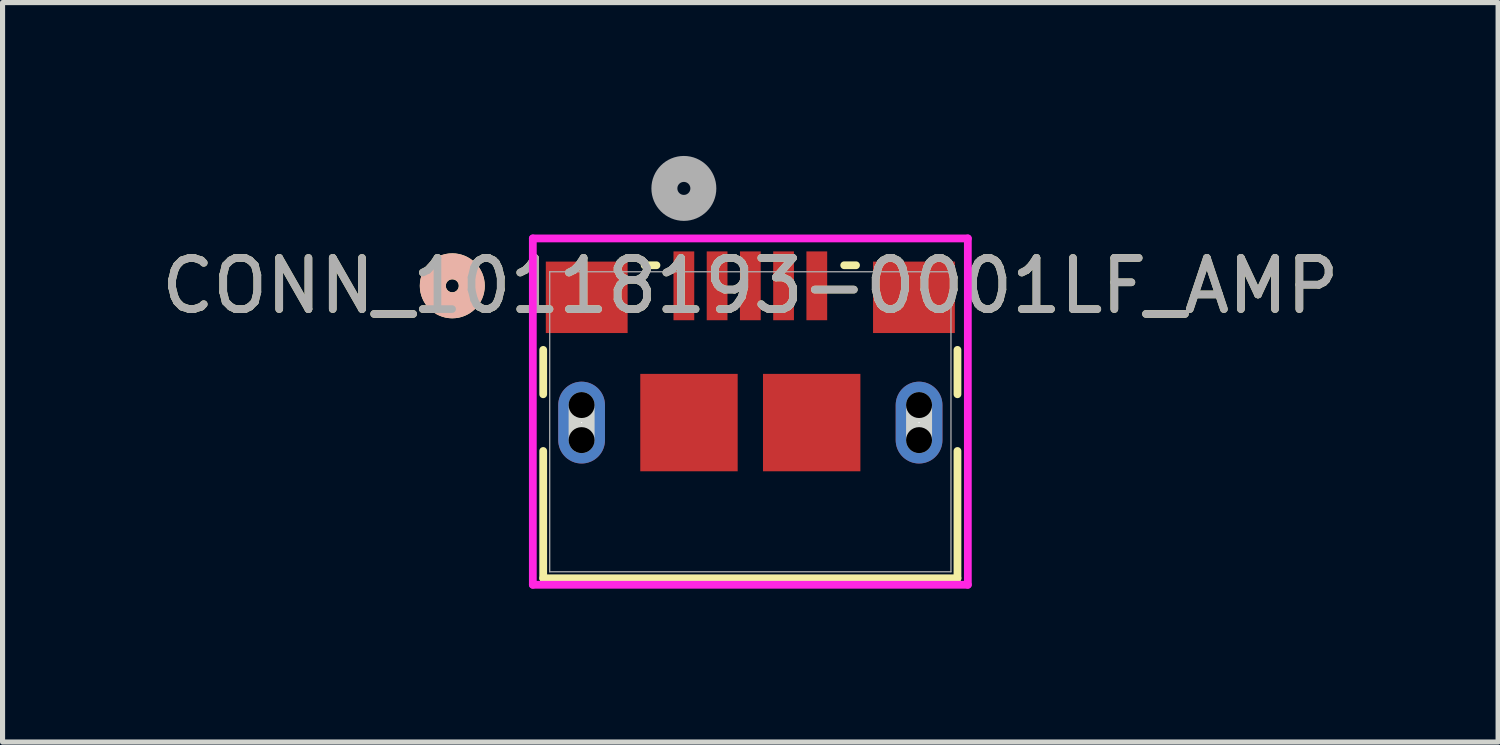
<source format=kicad_pcb>
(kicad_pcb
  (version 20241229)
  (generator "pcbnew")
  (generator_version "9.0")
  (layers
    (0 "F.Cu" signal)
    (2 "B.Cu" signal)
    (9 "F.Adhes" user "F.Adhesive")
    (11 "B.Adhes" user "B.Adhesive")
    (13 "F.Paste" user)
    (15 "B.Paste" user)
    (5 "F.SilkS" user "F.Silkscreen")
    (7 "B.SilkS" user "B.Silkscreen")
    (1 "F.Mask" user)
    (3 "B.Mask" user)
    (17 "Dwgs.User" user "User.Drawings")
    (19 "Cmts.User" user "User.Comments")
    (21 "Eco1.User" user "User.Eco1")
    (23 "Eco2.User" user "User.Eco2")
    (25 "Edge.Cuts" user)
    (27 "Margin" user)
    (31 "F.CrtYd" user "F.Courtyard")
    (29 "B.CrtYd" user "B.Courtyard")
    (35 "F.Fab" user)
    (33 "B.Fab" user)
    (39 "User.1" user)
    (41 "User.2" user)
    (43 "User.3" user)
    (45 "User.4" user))
  (footprint "CONN_10118193-0001LF_AMP"
    (layer "F.Cu")
    (at 11.625 5.199)
    (property "Reference" "CONN_10118193-0001LF_AMP" (at 0 -2.659 0) (unlocked yes) (layer "F.SilkS") (effects (font (size 1 1) (thickness 0.15))))
    (attr smd)
    (fp_line (start -4.051 -1.406) (end -4.051 -0.538) (stroke (width 0.152) (type solid)) (layer "F.SilkS"))
    (fp_line (start -4.051 0.571) (end -4.051 3.061) (stroke (width 0.152) (type solid)) (layer "F.SilkS"))
    (fp_line (start -4.051 3.061) (end 4.051 3.061) (stroke (width 0.152) (type solid)) (layer "F.SilkS"))
    (fp_line (start -1.836 -3.061) (end -2.067 -3.061) (stroke (width 0.152) (type solid)) (layer "F.SilkS"))
    (fp_line (start 2.067 -3.061) (end 1.836 -3.061) (stroke (width 0.152) (type solid)) (layer "F.SilkS"))
    (fp_line (start 4.051 -0.538) (end 4.051 -1.406) (stroke (width 0.152) (type solid)) (layer "F.SilkS"))
    (fp_line (start 4.051 3.061) (end 4.051 0.571) (stroke (width 0.152) (type solid)) (layer "F.SilkS"))
    (fp_circle (center -5.829 -2.659) (end -5.448 -2.659) (stroke (width 0.508) (type solid)) (fill no) (layer "F.SilkS"))
    (fp_circle (center -5.829 -2.659) (end -5.448 -2.659) (stroke (width 0.508) (type solid)) (fill no) (layer "B.SilkS"))
    (fp_line (start -3.3 0.359) (end -3.3 -0.327) (stroke (width 0.508) (type solid)) (layer "Edge.Cuts"))
    (fp_line (start 3.3 0.359) (end 3.3 -0.327) (stroke (width 0.508) (type solid)) (layer "Edge.Cuts"))
    (fp_line (start -4.254 -3.586) (end -4.254 3.188) (stroke (width 0.152) (type solid)) (layer "F.CrtYd"))
    (fp_line (start -4.254 3.188) (end 4.254 3.188) (stroke (width 0.152) (type solid)) (layer "F.CrtYd"))
    (fp_line (start 4.254 -3.586) (end -4.254 -3.586) (stroke (width 0.152) (type solid)) (layer "F.CrtYd"))
    (fp_line (start 4.254 3.188) (end 4.254 -3.586) (stroke (width 0.152) (type solid)) (layer "F.CrtYd"))
    (fp_line (start -3.924 -2.934) (end -3.924 2.934) (stroke (width 0.025) (type solid)) (layer "F.Fab"))
    (fp_line (start -3.924 2.934) (end 3.924 2.934) (stroke (width 0.025) (type solid)) (layer "F.Fab"))
    (fp_line (start 3.924 -2.934) (end -3.924 -2.934) (stroke (width 0.025) (type solid)) (layer "F.Fab"))
    (fp_line (start 3.924 2.934) (end 3.924 -2.934) (stroke (width 0.025) (type solid)) (layer "F.Fab"))
    (fp_circle (center -1.3 -4.564) (end -0.919 -4.564) (stroke (width 0.508) (type solid)) (fill no) (layer "F.Fab"))
    (fp_text user "${REFERENCE}" (at 0 -2.659 0) (unlocked yes) (layer "F.Fab") (effects (font (size 1 1) (thickness 0.15))))
    (pad "" np_thru_hole circle (at -3.3 -0.327) (size 0.508 0.508) (drill 0.508) (layers))
    (pad "" np_thru_hole circle (at -3.3 0.359) (size 0.508 0.508) (drill 0.508) (layers))
    (pad "" np_thru_hole circle (at 3.3 -0.327) (size 0.508 0.508) (drill 0.508) (layers))
    (pad "" np_thru_hole circle (at 3.3 0.359) (size 0.508 0.508) (drill 0.508) (layers))
    (pad "1" smd rect (at -1.3 -2.659) (size 0.406 1.346) (layers "F.Cu" "F.Mask" "F.Paste"))
    (pad "2" smd rect (at -0.65 -2.659) (size 0.406 1.346) (layers "F.Cu" "F.Mask" "F.Paste"))
    (pad "3" smd rect (at 0 -2.659) (size 0.406 1.346) (layers "F.Cu" "F.Mask" "F.Paste"))
    (pad "4" smd rect (at 0.65 -2.659) (size 0.406 1.346) (layers "F.Cu" "F.Mask" "F.Paste"))
    (pad "5" smd rect (at 1.3 -2.659) (size 0.406 1.346) (layers "F.Cu" "F.Mask" "F.Paste"))
    (pad "6" smd rect (at -3.2 -2.434) (size 1.6 1.397) (layers "F.Cu" "F.Mask" "F.Paste"))
    (pad "7" smd rect (at 3.2 -2.434) (size 1.6 1.397) (layers "F.Cu" "F.Mask" "F.Paste"))
    (pad "8" smd rect (at -1.2 0.016) (size 1.905 1.905) (layers "F.Cu" "F.Mask" "F.Paste"))
    (pad "9" smd rect (at 1.2 0.016) (size 1.905 1.905) (layers "F.Cu" "F.Mask" "F.Paste"))
    (pad "S_1" thru_hole oval (at -3.3 0.016 90) (size 1.6 0.914) (drill 0.025) (layers "*.Cu" "*.Mask"))
    (pad "S_2" thru_hole oval (at 3.3 0.016 90) (size 1.6 0.914) (drill 0.025) (layers "*.Cu" "*.Mask")))
  (gr_rect
    (start -3 -3)
    (end 26.25 11.463)
    (stroke (width 0.1) (type default))
    (fill no)
    (layer "Edge.Cuts")))
</source>
